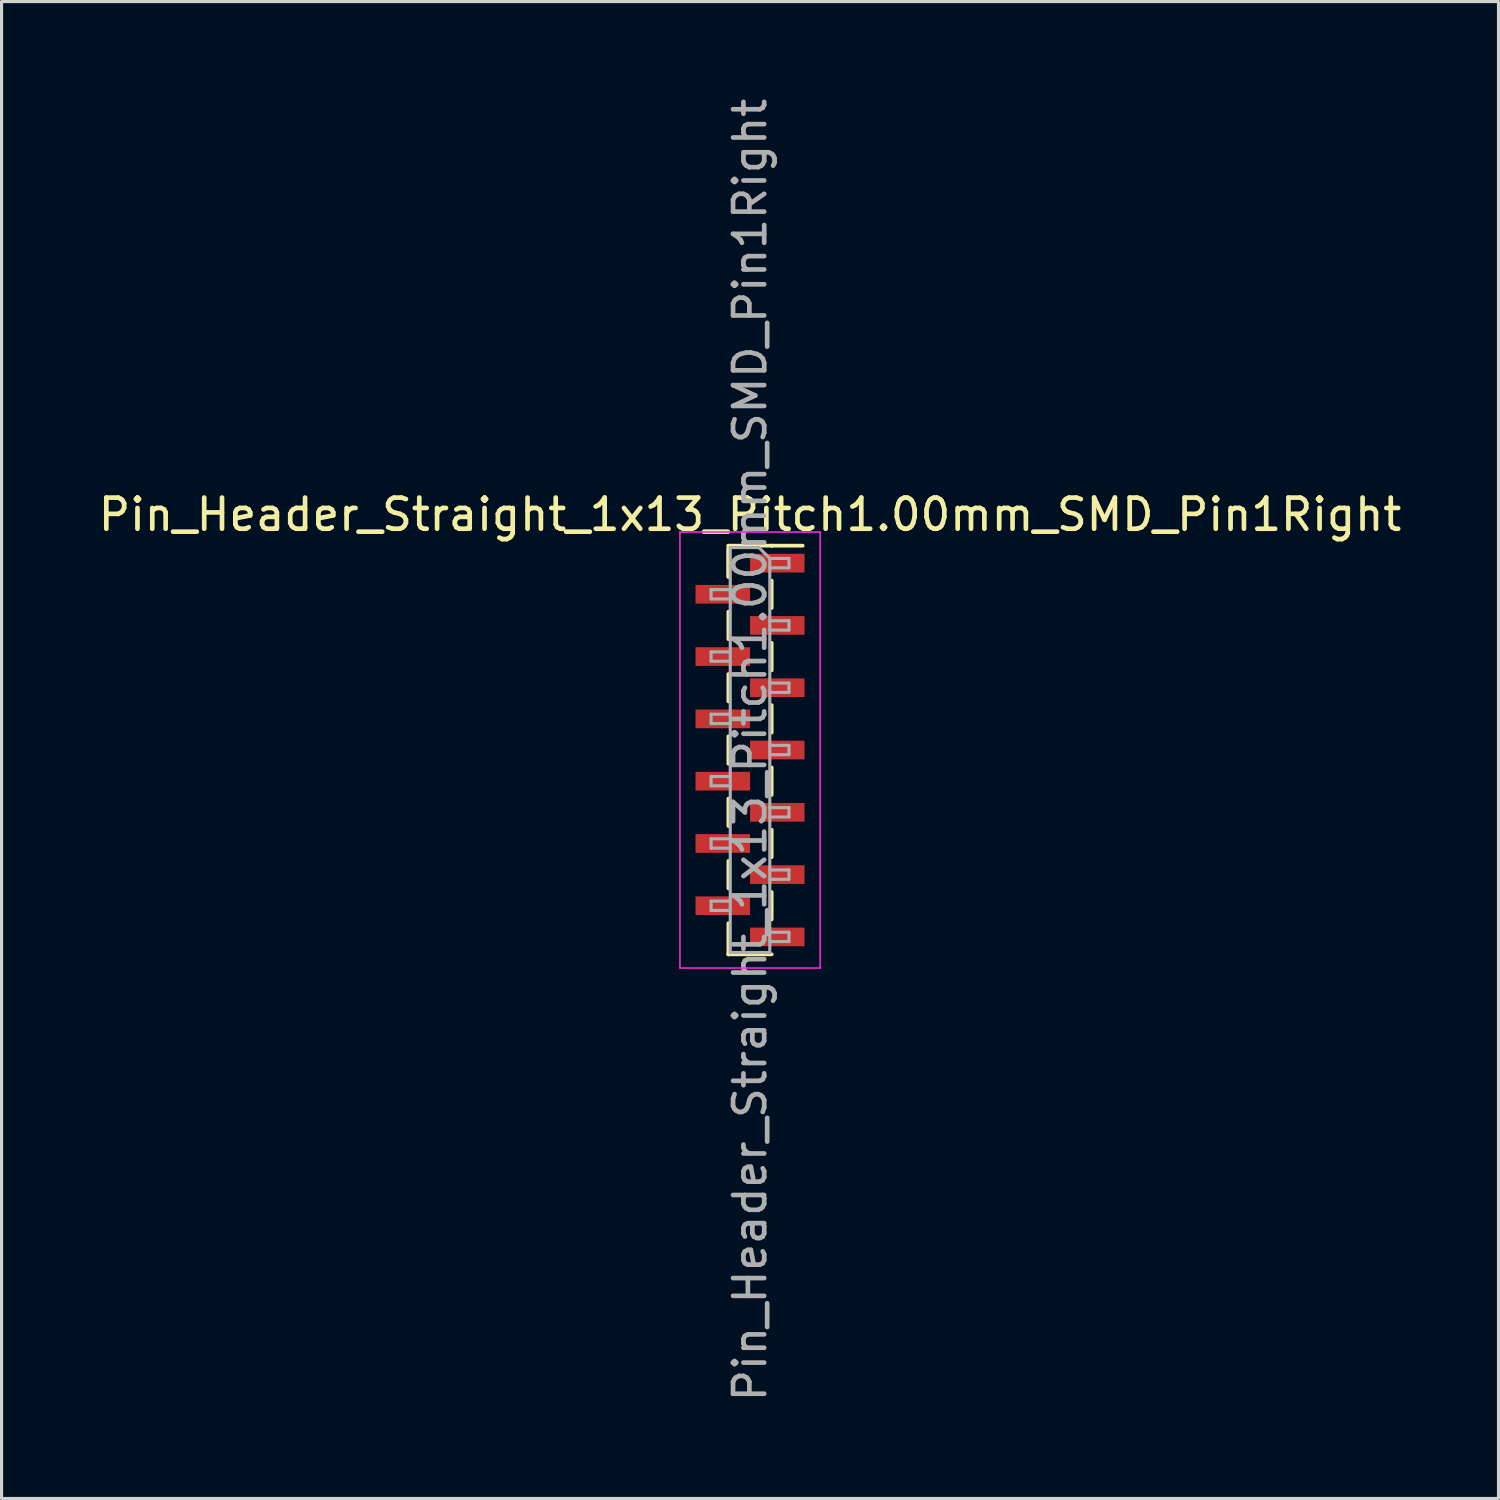
<source format=kicad_pcb>
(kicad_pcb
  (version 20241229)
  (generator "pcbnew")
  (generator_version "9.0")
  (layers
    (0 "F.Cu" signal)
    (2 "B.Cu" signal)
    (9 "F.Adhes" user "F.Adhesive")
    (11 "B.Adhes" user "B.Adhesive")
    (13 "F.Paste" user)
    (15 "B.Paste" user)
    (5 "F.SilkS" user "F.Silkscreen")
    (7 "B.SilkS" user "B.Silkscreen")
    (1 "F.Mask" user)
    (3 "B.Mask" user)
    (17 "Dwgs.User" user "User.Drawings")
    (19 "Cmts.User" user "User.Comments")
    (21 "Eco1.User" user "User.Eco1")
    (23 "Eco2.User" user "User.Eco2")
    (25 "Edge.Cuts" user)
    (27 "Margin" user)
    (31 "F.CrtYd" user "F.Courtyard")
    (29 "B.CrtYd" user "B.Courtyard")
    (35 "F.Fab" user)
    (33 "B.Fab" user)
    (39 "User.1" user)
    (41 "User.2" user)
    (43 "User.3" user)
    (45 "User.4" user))
  (footprint "Pin_Header_Straight_1x13_Pitch1.00mm_SMD_Pin1Right"
    (layer "F.Cu")
    (at 21.03 21.03)
    (property "Reference" "Pin_Header_Straight_1x13_Pitch1.00mm_SMD_Pin1Right" (at 0 -7.56 0) (layer "F.SilkS") (effects (font (size 1 1) (thickness 0.15))))
    (attr smd)
    (fp_line (start -0.695 -6.56) (end -0.695 -5.56) (stroke (width 0.12) (type solid)) (layer "F.SilkS"))
    (fp_line (start -0.695 -6.56) (end 0.695 -6.56) (stroke (width 0.12) (type solid)) (layer "F.SilkS"))
    (fp_line (start -0.695 -6.44) (end -0.695 -5.56) (stroke (width 0.12) (type solid)) (layer "F.SilkS"))
    (fp_line (start -0.695 -4.44) (end -0.695 -3.56) (stroke (width 0.12) (type solid)) (layer "F.SilkS"))
    (fp_line (start -0.695 -2.44) (end -0.695 -1.56) (stroke (width 0.12) (type solid)) (layer "F.SilkS"))
    (fp_line (start -0.695 -0.44) (end -0.695 0.44) (stroke (width 0.12) (type solid)) (layer "F.SilkS"))
    (fp_line (start -0.695 1.56) (end -0.695 2.44) (stroke (width 0.12) (type solid)) (layer "F.SilkS"))
    (fp_line (start -0.695 3.56) (end -0.695 4.44) (stroke (width 0.12) (type solid)) (layer "F.SilkS"))
    (fp_line (start -0.695 5.56) (end -0.695 6.56) (stroke (width 0.12) (type solid)) (layer "F.SilkS"))
    (fp_line (start -0.695 6.56) (end -0.695 6.56) (stroke (width 0.12) (type solid)) (layer "F.SilkS"))
    (fp_line (start -0.695 6.56) (end 0.695 6.56) (stroke (width 0.12) (type solid)) (layer "F.SilkS"))
    (fp_line (start 0.695 -6.56) (end 0.695 -6.56) (stroke (width 0.12) (type solid)) (layer "F.SilkS"))
    (fp_line (start 0.695 -6.56) (end 1.69 -6.56) (stroke (width 0.12) (type solid)) (layer "F.SilkS"))
    (fp_line (start 0.695 -5.44) (end 0.695 -4.56) (stroke (width 0.12) (type solid)) (layer "F.SilkS"))
    (fp_line (start 0.695 -3.44) (end 0.695 -2.56) (stroke (width 0.12) (type solid)) (layer "F.SilkS"))
    (fp_line (start 0.695 -1.44) (end 0.695 -0.56) (stroke (width 0.12) (type solid)) (layer "F.SilkS"))
    (fp_line (start 0.695 0.56) (end 0.695 1.44) (stroke (width 0.12) (type solid)) (layer "F.SilkS"))
    (fp_line (start 0.695 2.56) (end 0.695 3.44) (stroke (width 0.12) (type solid)) (layer "F.SilkS"))
    (fp_line (start 0.695 4.56) (end 0.695 5.44) (stroke (width 0.12) (type solid)) (layer "F.SilkS"))
    (fp_line (start -2.25 -7) (end -2.25 7) (stroke (width 0.05) (type solid)) (layer "F.CrtYd"))
    (fp_line (start -2.25 7) (end 2.25 7) (stroke (width 0.05) (type solid)) (layer "F.CrtYd"))
    (fp_line (start 2.25 -7) (end -2.25 -7) (stroke (width 0.05) (type solid)) (layer "F.CrtYd"))
    (fp_line (start 2.25 7) (end 2.25 -7) (stroke (width 0.05) (type solid)) (layer "F.CrtYd"))
    (fp_line (start -1.25 -5.15) (end -1.25 -4.85) (stroke (width 0.1) (type solid)) (layer "F.Fab"))
    (fp_line (start -1.25 -4.85) (end -0.635 -4.85) (stroke (width 0.1) (type solid)) (layer "F.Fab"))
    (fp_line (start -1.25 -3.15) (end -1.25 -2.85) (stroke (width 0.1) (type solid)) (layer "F.Fab"))
    (fp_line (start -1.25 -2.85) (end -0.635 -2.85) (stroke (width 0.1) (type solid)) (layer "F.Fab"))
    (fp_line (start -1.25 -1.15) (end -1.25 -0.85) (stroke (width 0.1) (type solid)) (layer "F.Fab"))
    (fp_line (start -1.25 -0.85) (end -0.635 -0.85) (stroke (width 0.1) (type solid)) (layer "F.Fab"))
    (fp_line (start -1.25 0.85) (end -1.25 1.15) (stroke (width 0.1) (type solid)) (layer "F.Fab"))
    (fp_line (start -1.25 1.15) (end -0.635 1.15) (stroke (width 0.1) (type solid)) (layer "F.Fab"))
    (fp_line (start -1.25 2.85) (end -1.25 3.15) (stroke (width 0.1) (type solid)) (layer "F.Fab"))
    (fp_line (start -1.25 3.15) (end -0.635 3.15) (stroke (width 0.1) (type solid)) (layer "F.Fab"))
    (fp_line (start -1.25 4.85) (end -1.25 5.15) (stroke (width 0.1) (type solid)) (layer "F.Fab"))
    (fp_line (start -1.25 5.15) (end -0.635 5.15) (stroke (width 0.1) (type solid)) (layer "F.Fab"))
    (fp_line (start -0.635 -6.5) (end -0.635 6.5) (stroke (width 0.1) (type solid)) (layer "F.Fab"))
    (fp_line (start -0.635 -6.5) (end 0.285 -6.5) (stroke (width 0.1) (type solid)) (layer "F.Fab"))
    (fp_line (start -0.635 -5.15) (end -1.25 -5.15) (stroke (width 0.1) (type solid)) (layer "F.Fab"))
    (fp_line (start -0.635 -3.15) (end -1.25 -3.15) (stroke (width 0.1) (type solid)) (layer "F.Fab"))
    (fp_line (start -0.635 -1.15) (end -1.25 -1.15) (stroke (width 0.1) (type solid)) (layer "F.Fab"))
    (fp_line (start -0.635 0.85) (end -1.25 0.85) (stroke (width 0.1) (type solid)) (layer "F.Fab"))
    (fp_line (start -0.635 2.85) (end -1.25 2.85) (stroke (width 0.1) (type solid)) (layer "F.Fab"))
    (fp_line (start -0.635 4.85) (end -1.25 4.85) (stroke (width 0.1) (type solid)) (layer "F.Fab"))
    (fp_line (start 0.635 -6.15) (end 0.285 -6.5) (stroke (width 0.1) (type solid)) (layer "F.Fab"))
    (fp_line (start 0.635 -6.15) (end 1.25 -6.15) (stroke (width 0.1) (type solid)) (layer "F.Fab"))
    (fp_line (start 0.635 -4.15) (end 1.25 -4.15) (stroke (width 0.1) (type solid)) (layer "F.Fab"))
    (fp_line (start 0.635 -2.15) (end 1.25 -2.15) (stroke (width 0.1) (type solid)) (layer "F.Fab"))
    (fp_line (start 0.635 -0.15) (end 1.25 -0.15) (stroke (width 0.1) (type solid)) (layer "F.Fab"))
    (fp_line (start 0.635 1.85) (end 1.25 1.85) (stroke (width 0.1) (type solid)) (layer "F.Fab"))
    (fp_line (start 0.635 3.85) (end 1.25 3.85) (stroke (width 0.1) (type solid)) (layer "F.Fab"))
    (fp_line (start 0.635 5.85) (end 1.25 5.85) (stroke (width 0.1) (type solid)) (layer "F.Fab"))
    (fp_line (start 0.635 6.5) (end -0.635 6.5) (stroke (width 0.1) (type solid)) (layer "F.Fab"))
    (fp_line (start 0.635 6.5) (end 0.635 -6.15) (stroke (width 0.1) (type solid)) (layer "F.Fab"))
    (fp_line (start 1.25 -6.15) (end 1.25 -5.85) (stroke (width 0.1) (type solid)) (layer "F.Fab"))
    (fp_line (start 1.25 -5.85) (end 0.635 -5.85) (stroke (width 0.1) (type solid)) (layer "F.Fab"))
    (fp_line (start 1.25 -4.15) (end 1.25 -3.85) (stroke (width 0.1) (type solid)) (layer "F.Fab"))
    (fp_line (start 1.25 -3.85) (end 0.635 -3.85) (stroke (width 0.1) (type solid)) (layer "F.Fab"))
    (fp_line (start 1.25 -2.15) (end 1.25 -1.85) (stroke (width 0.1) (type solid)) (layer "F.Fab"))
    (fp_line (start 1.25 -1.85) (end 0.635 -1.85) (stroke (width 0.1) (type solid)) (layer "F.Fab"))
    (fp_line (start 1.25 -0.15) (end 1.25 0.15) (stroke (width 0.1) (type solid)) (layer "F.Fab"))
    (fp_line (start 1.25 0.15) (end 0.635 0.15) (stroke (width 0.1) (type solid)) (layer "F.Fab"))
    (fp_line (start 1.25 1.85) (end 1.25 2.15) (stroke (width 0.1) (type solid)) (layer "F.Fab"))
    (fp_line (start 1.25 2.15) (end 0.635 2.15) (stroke (width 0.1) (type solid)) (layer "F.Fab"))
    (fp_line (start 1.25 3.85) (end 1.25 4.15) (stroke (width 0.1) (type solid)) (layer "F.Fab"))
    (fp_line (start 1.25 4.15) (end 0.635 4.15) (stroke (width 0.1) (type solid)) (layer "F.Fab"))
    (fp_line (start 1.25 5.85) (end 1.25 6.15) (stroke (width 0.1) (type solid)) (layer "F.Fab"))
    (fp_line (start 1.25 6.15) (end 0.635 6.15) (stroke (width 0.1) (type solid)) (layer "F.Fab"))
    (fp_text user "${REFERENCE}" (at 0 0 90) (layer "F.Fab") (effects (font (size 1 1) (thickness 0.15))))
    (pad "1" smd rect (at 0.875 -6) (size 1.75 0.6) (layers "F.Cu" "F.Mask" "F.Paste"))
    (pad "2" smd rect (at -0.875 -5) (size 1.75 0.6) (layers "F.Cu" "F.Mask" "F.Paste"))
    (pad "3" smd rect (at 0.875 -4) (size 1.75 0.6) (layers "F.Cu" "F.Mask" "F.Paste"))
    (pad "4" smd rect (at -0.875 -3) (size 1.75 0.6) (layers "F.Cu" "F.Mask" "F.Paste"))
    (pad "5" smd rect (at 0.875 -2) (size 1.75 0.6) (layers "F.Cu" "F.Mask" "F.Paste"))
    (pad "6" smd rect (at -0.875 -1) (size 1.75 0.6) (layers "F.Cu" "F.Mask" "F.Paste"))
    (pad "7" smd rect (at 0.875 0) (size 1.75 0.6) (layers "F.Cu" "F.Mask" "F.Paste"))
    (pad "8" smd rect (at -0.875 1) (size 1.75 0.6) (layers "F.Cu" "F.Mask" "F.Paste"))
    (pad "9" smd rect (at 0.875 2) (size 1.75 0.6) (layers "F.Cu" "F.Mask" "F.Paste"))
    (pad "10" smd rect (at -0.875 3) (size 1.75 0.6) (layers "F.Cu" "F.Mask" "F.Paste"))
    (pad "11" smd rect (at 0.875 4) (size 1.75 0.6) (layers "F.Cu" "F.Mask" "F.Paste"))
    (pad "12" smd rect (at -0.875 5) (size 1.75 0.6) (layers "F.Cu" "F.Mask" "F.Paste"))
    (pad "13" smd rect (at 0.875 6) (size 1.75 0.6) (layers "F.Cu" "F.Mask" "F.Paste")))
  (gr_rect
    (start -3 -3)
    (end 45.06 45.06)
    (stroke (width 0.1) (type default))
    (fill no)
    (layer "Edge.Cuts")))
</source>
